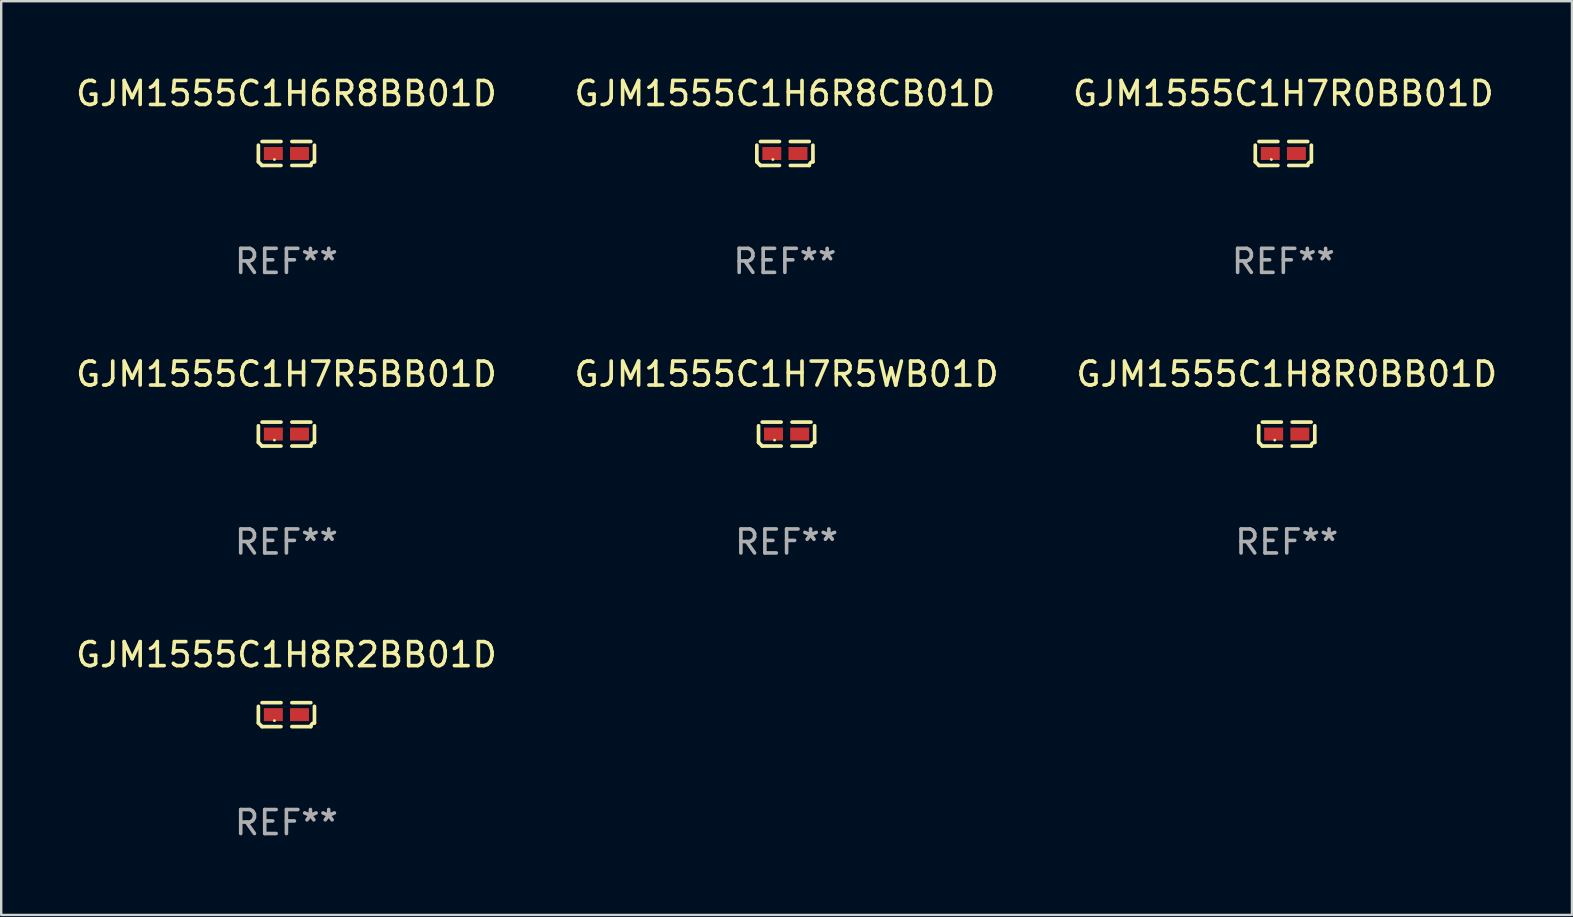
<source format=kicad_pcb>
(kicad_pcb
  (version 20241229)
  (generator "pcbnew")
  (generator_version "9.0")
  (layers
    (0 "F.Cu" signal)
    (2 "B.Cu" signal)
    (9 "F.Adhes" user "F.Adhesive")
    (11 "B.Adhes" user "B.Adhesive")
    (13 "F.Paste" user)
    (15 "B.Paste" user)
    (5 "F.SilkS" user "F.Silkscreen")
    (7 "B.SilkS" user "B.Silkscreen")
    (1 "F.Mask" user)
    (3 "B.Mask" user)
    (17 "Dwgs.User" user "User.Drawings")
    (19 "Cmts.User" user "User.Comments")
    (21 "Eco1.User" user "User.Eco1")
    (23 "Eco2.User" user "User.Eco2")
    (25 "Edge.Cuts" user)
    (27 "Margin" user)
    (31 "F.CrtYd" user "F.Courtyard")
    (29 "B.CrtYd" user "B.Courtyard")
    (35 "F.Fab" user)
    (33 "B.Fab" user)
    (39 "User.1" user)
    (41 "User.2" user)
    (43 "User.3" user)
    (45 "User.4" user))
  (footprint "GJM1555C1H7R5WB01D"
    (layer "F.Cu")
    (at 29.732 15.041)
    (property "Reference" "GJM1555C1H7R5WB01D" (at 0 -2.499 0) (layer "F.SilkS") (effects (font (size 1 1) (thickness 0.15))))
    (attr through_hole)
    (fp_line (start -1.169 0.346) (end -1.169 -0.346) (stroke (width 0.152) (type solid)) (layer "F.SilkS"))
    (fp_line (start -1.016 -0.499) (end -0.226 -0.499) (stroke (width 0.152) (type solid)) (layer "F.SilkS"))
    (fp_line (start -0.226 0.499) (end -1.016 0.499) (stroke (width 0.152) (type solid)) (layer "F.SilkS"))
    (fp_line (start 0.226 0.499) (end 1.016 0.499) (stroke (width 0.152) (type solid)) (layer "F.SilkS"))
    (fp_line (start 1.016 -0.499) (end 0.226 -0.499) (stroke (width 0.152) (type solid)) (layer "F.SilkS"))
    (fp_line (start 1.169 0.346) (end 1.169 -0.346) (stroke (width 0.152) (type solid)) (layer "F.SilkS"))
    (fp_arc (start -1.016307 0.498603) (mid -1.092512 0.422405) (end -1.16871 0.3462) (stroke (width 0.1524) (type solid)) (layer "F.SilkS"))
    (fp_arc (start 1.016307 0.498603) (mid 1.060899 0.390758) (end 1.168707 0.346076) (stroke (width 0.1524) (type solid)) (layer "F.SilkS"))
    (fp_circle (center -0.5 0.25) (end -0.47 0.25) (stroke (width 0.06) (type solid)) (fill no) (layer "F.SilkS"))
    (fp_text user "REF**" (at 0 4.499 0) (layer "F.Fab") (effects (font (size 1 1) (thickness 0.15))))
    (pad "1" smd rect (at -0.545 0) (size 0.79 0.54) (layers "F.Cu" "F.Mask" "F.Paste"))
    (pad "2" smd rect (at 0.545 0) (size 0.79 0.54) (layers "F.Cu" "F.Mask" "F.Paste")))
  (footprint "GJM1555C1H8R2BB01D"
    (layer "F.Cu")
    (at 8.887 26.734)
    (property "Reference" "GJM1555C1H8R2BB01D" (at 0 -2.499 0) (layer "F.SilkS") (effects (font (size 1 1) (thickness 0.15))))
    (attr through_hole)
    (fp_line (start -1.169 0.346) (end -1.169 -0.346) (stroke (width 0.152) (type solid)) (layer "F.SilkS"))
    (fp_line (start -1.016 -0.499) (end -0.226 -0.499) (stroke (width 0.152) (type solid)) (layer "F.SilkS"))
    (fp_line (start -0.226 0.499) (end -1.016 0.499) (stroke (width 0.152) (type solid)) (layer "F.SilkS"))
    (fp_line (start 0.226 0.499) (end 1.016 0.499) (stroke (width 0.152) (type solid)) (layer "F.SilkS"))
    (fp_line (start 1.016 -0.499) (end 0.226 -0.499) (stroke (width 0.152) (type solid)) (layer "F.SilkS"))
    (fp_line (start 1.169 0.346) (end 1.169 -0.346) (stroke (width 0.152) (type solid)) (layer "F.SilkS"))
    (fp_arc (start -1.016307 0.498603) (mid -1.092512 0.422405) (end -1.16871 0.3462) (stroke (width 0.1524) (type solid)) (layer "F.SilkS"))
    (fp_arc (start 1.016307 0.498603) (mid 1.060899 0.390758) (end 1.168707 0.346076) (stroke (width 0.1524) (type solid)) (layer "F.SilkS"))
    (fp_circle (center -0.5 0.25) (end -0.47 0.25) (stroke (width 0.06) (type solid)) (fill no) (layer "F.SilkS"))
    (fp_text user "REF**" (at 0 4.499 0) (layer "F.Fab") (effects (font (size 1 1) (thickness 0.15))))
    (pad "1" smd rect (at -0.545 0) (size 0.79 0.54) (layers "F.Cu" "F.Mask" "F.Paste"))
    (pad "2" smd rect (at 0.545 0) (size 0.79 0.54) (layers "F.Cu" "F.Mask" "F.Paste")))
  (footprint "GJM1555C1H7R0BB01D"
    (layer "F.Cu")
    (at 50.435 3.347)
    (property "Reference" "GJM1555C1H7R0BB01D" (at 0 -2.499 0) (layer "F.SilkS") (effects (font (size 1 1) (thickness 0.15))))
    (attr through_hole)
    (fp_line (start -1.169 0.346) (end -1.169 -0.346) (stroke (width 0.152) (type solid)) (layer "F.SilkS"))
    (fp_line (start -1.016 -0.499) (end -0.226 -0.499) (stroke (width 0.152) (type solid)) (layer "F.SilkS"))
    (fp_line (start -0.226 0.499) (end -1.016 0.499) (stroke (width 0.152) (type solid)) (layer "F.SilkS"))
    (fp_line (start 0.226 0.499) (end 1.016 0.499) (stroke (width 0.152) (type solid)) (layer "F.SilkS"))
    (fp_line (start 1.016 -0.499) (end 0.226 -0.499) (stroke (width 0.152) (type solid)) (layer "F.SilkS"))
    (fp_line (start 1.169 0.346) (end 1.169 -0.346) (stroke (width 0.152) (type solid)) (layer "F.SilkS"))
    (fp_arc (start -1.016307 0.498603) (mid -1.092512 0.422405) (end -1.16871 0.3462) (stroke (width 0.1524) (type solid)) (layer "F.SilkS"))
    (fp_arc (start 1.016307 0.498603) (mid 1.060899 0.390758) (end 1.168707 0.346076) (stroke (width 0.1524) (type solid)) (layer "F.SilkS"))
    (fp_circle (center -0.5 0.25) (end -0.47 0.25) (stroke (width 0.06) (type solid)) (fill no) (layer "F.SilkS"))
    (fp_text user "REF**" (at 0 4.499 0) (layer "F.Fab") (effects (font (size 1 1) (thickness 0.15))))
    (pad "1" smd rect (at -0.545 0) (size 0.79 0.54) (layers "F.Cu" "F.Mask" "F.Paste"))
    (pad "2" smd rect (at 0.545 0) (size 0.79 0.54) (layers "F.Cu" "F.Mask" "F.Paste")))
  (footprint "GJM1555C1H6R8CB01D"
    (layer "F.Cu")
    (at 29.661 3.347)
    (property "Reference" "GJM1555C1H6R8CB01D" (at 0 -2.499 0) (layer "F.SilkS") (effects (font (size 1 1) (thickness 0.15))))
    (attr through_hole)
    (fp_line (start -1.169 0.346) (end -1.169 -0.346) (stroke (width 0.152) (type solid)) (layer "F.SilkS"))
    (fp_line (start -1.016 -0.499) (end -0.226 -0.499) (stroke (width 0.152) (type solid)) (layer "F.SilkS"))
    (fp_line (start -0.226 0.499) (end -1.016 0.499) (stroke (width 0.152) (type solid)) (layer "F.SilkS"))
    (fp_line (start 0.226 0.499) (end 1.016 0.499) (stroke (width 0.152) (type solid)) (layer "F.SilkS"))
    (fp_line (start 1.016 -0.499) (end 0.226 -0.499) (stroke (width 0.152) (type solid)) (layer "F.SilkS"))
    (fp_line (start 1.169 0.346) (end 1.169 -0.346) (stroke (width 0.152) (type solid)) (layer "F.SilkS"))
    (fp_arc (start -1.016307 0.498603) (mid -1.092512 0.422405) (end -1.16871 0.3462) (stroke (width 0.1524) (type solid)) (layer "F.SilkS"))
    (fp_arc (start 1.016307 0.498603) (mid 1.060899 0.390758) (end 1.168707 0.346076) (stroke (width 0.1524) (type solid)) (layer "F.SilkS"))
    (fp_circle (center -0.5 0.25) (end -0.47 0.25) (stroke (width 0.06) (type solid)) (fill no) (layer "F.SilkS"))
    (fp_text user "REF**" (at 0 4.499 0) (layer "F.Fab") (effects (font (size 1 1) (thickness 0.15))))
    (pad "1" smd rect (at -0.545 0) (size 0.79 0.54) (layers "F.Cu" "F.Mask" "F.Paste"))
    (pad "2" smd rect (at 0.545 0) (size 0.79 0.54) (layers "F.Cu" "F.Mask" "F.Paste")))
  (footprint "GJM1555C1H6R8BB01D"
    (layer "F.Cu")
    (at 8.887 3.347)
    (property "Reference" "GJM1555C1H6R8BB01D" (at 0 -2.499 0) (layer "F.SilkS") (effects (font (size 1 1) (thickness 0.15))))
    (attr through_hole)
    (fp_line (start -1.169 0.346) (end -1.169 -0.346) (stroke (width 0.152) (type solid)) (layer "F.SilkS"))
    (fp_line (start -1.016 -0.499) (end -0.226 -0.499) (stroke (width 0.152) (type solid)) (layer "F.SilkS"))
    (fp_line (start -0.226 0.499) (end -1.016 0.499) (stroke (width 0.152) (type solid)) (layer "F.SilkS"))
    (fp_line (start 0.226 0.499) (end 1.016 0.499) (stroke (width 0.152) (type solid)) (layer "F.SilkS"))
    (fp_line (start 1.016 -0.499) (end 0.226 -0.499) (stroke (width 0.152) (type solid)) (layer "F.SilkS"))
    (fp_line (start 1.169 0.346) (end 1.169 -0.346) (stroke (width 0.152) (type solid)) (layer "F.SilkS"))
    (fp_arc (start -1.016307 0.498603) (mid -1.092512 0.422405) (end -1.16871 0.3462) (stroke (width 0.1524) (type solid)) (layer "F.SilkS"))
    (fp_arc (start 1.016307 0.498603) (mid 1.060899 0.390758) (end 1.168707 0.346076) (stroke (width 0.1524) (type solid)) (layer "F.SilkS"))
    (fp_circle (center -0.5 0.25) (end -0.47 0.25) (stroke (width 0.06) (type solid)) (fill no) (layer "F.SilkS"))
    (fp_text user "REF**" (at 0 4.499 0) (layer "F.Fab") (effects (font (size 1 1) (thickness 0.15))))
    (pad "1" smd rect (at -0.545 0) (size 0.79 0.54) (layers "F.Cu" "F.Mask" "F.Paste"))
    (pad "2" smd rect (at 0.545 0) (size 0.79 0.54) (layers "F.Cu" "F.Mask" "F.Paste")))
  (footprint "GJM1555C1H7R5BB01D"
    (layer "F.Cu")
    (at 8.887 15.041)
    (property "Reference" "GJM1555C1H7R5BB01D" (at 0 -2.499 0) (layer "F.SilkS") (effects (font (size 1 1) (thickness 0.15))))
    (attr through_hole)
    (fp_line (start -1.169 0.346) (end -1.169 -0.346) (stroke (width 0.152) (type solid)) (layer "F.SilkS"))
    (fp_line (start -1.016 -0.499) (end -0.226 -0.499) (stroke (width 0.152) (type solid)) (layer "F.SilkS"))
    (fp_line (start -0.226 0.499) (end -1.016 0.499) (stroke (width 0.152) (type solid)) (layer "F.SilkS"))
    (fp_line (start 0.226 0.499) (end 1.016 0.499) (stroke (width 0.152) (type solid)) (layer "F.SilkS"))
    (fp_line (start 1.016 -0.499) (end 0.226 -0.499) (stroke (width 0.152) (type solid)) (layer "F.SilkS"))
    (fp_line (start 1.169 0.346) (end 1.169 -0.346) (stroke (width 0.152) (type solid)) (layer "F.SilkS"))
    (fp_arc (start -1.016307 0.498603) (mid -1.092512 0.422405) (end -1.16871 0.3462) (stroke (width 0.1524) (type solid)) (layer "F.SilkS"))
    (fp_arc (start 1.016307 0.498603) (mid 1.060899 0.390758) (end 1.168707 0.346076) (stroke (width 0.1524) (type solid)) (layer "F.SilkS"))
    (fp_circle (center -0.5 0.25) (end -0.47 0.25) (stroke (width 0.06) (type solid)) (fill no) (layer "F.SilkS"))
    (fp_text user "REF**" (at 0 4.499 0) (layer "F.Fab") (effects (font (size 1 1) (thickness 0.15))))
    (pad "1" smd rect (at -0.545 0) (size 0.79 0.54) (layers "F.Cu" "F.Mask" "F.Paste"))
    (pad "2" smd rect (at 0.545 0) (size 0.79 0.54) (layers "F.Cu" "F.Mask" "F.Paste")))
  (footprint "GJM1555C1H8R0BB01D"
    (layer "F.Cu")
    (at 50.577 15.041)
    (property "Reference" "GJM1555C1H8R0BB01D" (at 0 -2.499 0) (layer "F.SilkS") (effects (font (size 1 1) (thickness 0.15))))
    (attr through_hole)
    (fp_line (start -1.169 0.346) (end -1.169 -0.346) (stroke (width 0.152) (type solid)) (layer "F.SilkS"))
    (fp_line (start -1.016 -0.499) (end -0.226 -0.499) (stroke (width 0.152) (type solid)) (layer "F.SilkS"))
    (fp_line (start -0.226 0.499) (end -1.016 0.499) (stroke (width 0.152) (type solid)) (layer "F.SilkS"))
    (fp_line (start 0.226 0.499) (end 1.016 0.499) (stroke (width 0.152) (type solid)) (layer "F.SilkS"))
    (fp_line (start 1.016 -0.499) (end 0.226 -0.499) (stroke (width 0.152) (type solid)) (layer "F.SilkS"))
    (fp_line (start 1.169 0.346) (end 1.169 -0.346) (stroke (width 0.152) (type solid)) (layer "F.SilkS"))
    (fp_arc (start -1.016307 0.498603) (mid -1.092512 0.422405) (end -1.16871 0.3462) (stroke (width 0.1524) (type solid)) (layer "F.SilkS"))
    (fp_arc (start 1.016307 0.498603) (mid 1.060899 0.390758) (end 1.168707 0.346076) (stroke (width 0.1524) (type solid)) (layer "F.SilkS"))
    (fp_circle (center -0.5 0.25) (end -0.47 0.25) (stroke (width 0.06) (type solid)) (fill no) (layer "F.SilkS"))
    (fp_text user "REF**" (at 0 4.499 0) (layer "F.Fab") (effects (font (size 1 1) (thickness 0.15))))
    (pad "1" smd rect (at -0.545 0) (size 0.79 0.54) (layers "F.Cu" "F.Mask" "F.Paste"))
    (pad "2" smd rect (at 0.545 0) (size 0.79 0.54) (layers "F.Cu" "F.Mask" "F.Paste")))
  (gr_rect
    (start -3 -3)
    (end 62.464 35.081)
    (stroke (width 0.1) (type default))
    (fill no)
    (layer "Edge.Cuts")))
</source>
